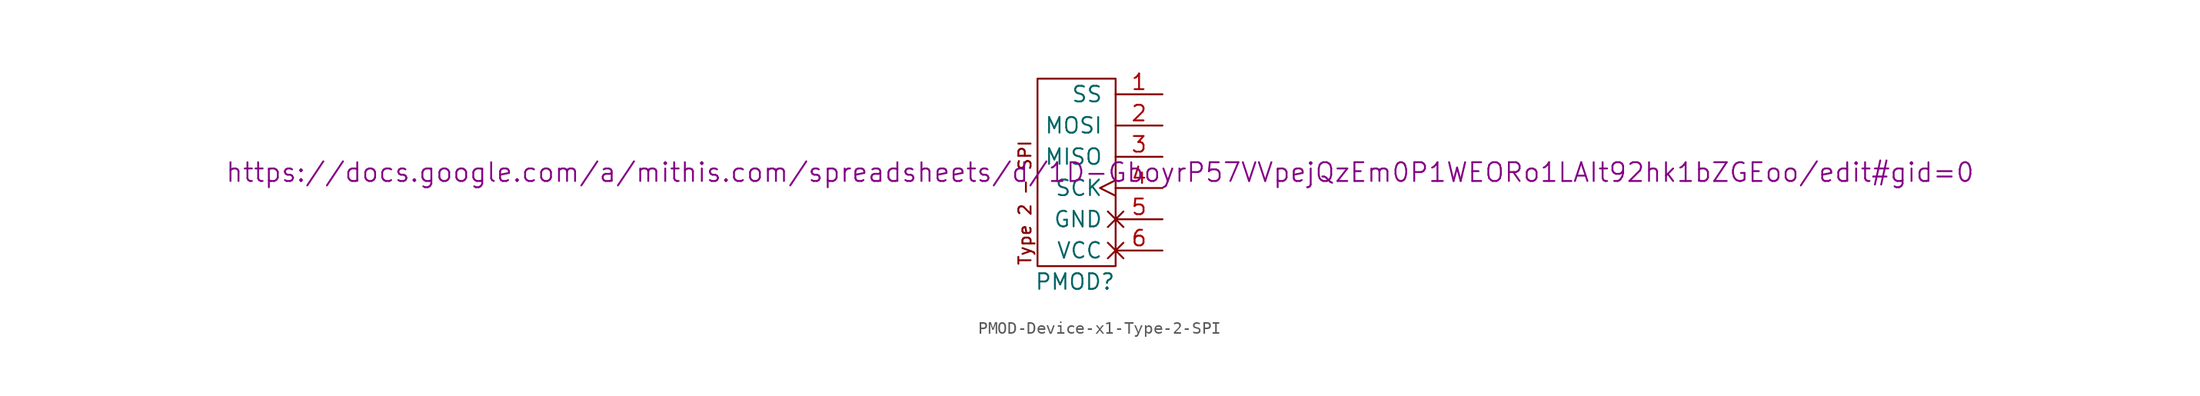
<source format=kicad_sym>
(kicad_symbol_lib
  (version 20211014)
  (generator kicad_symbol_editor)
  (symbol "PMOD-Device-x1-Type-2-SPI"
    (pin_names
      (offset 1.016))
    (property "Reference" "PMOD"
      (at -3.302 -1.27 0)
      (effects (font (size 1.27 1.27))))
    (property "Datasheet" "https://docs.google.com/a/mithis.com/spreadsheets/d/1D-GboyrP57VVpejQzEm0P1WEORo1LAIt92hk1bZGEoo/edit#gid=0"
      (at -1.27 7.62 0)
      (effects (font (size 1.524 1.524))))
    (symbol "PMOD-Device-x1-Type-2-SPI_0_0"
      (text "Type 2 - SPI" (at -7.366 0 900) (effects (font (size 0.991 0.991)) (justify left))))
    (symbol "PMOD-Device-x1-Type-2-SPI_0_1"
      (rectangle (start 0 15.24) (end -6.35 0) (stroke (width 0) (type default) (color 0 0 0 0)) (fill (type none))))
    (symbol "PMOD-Device-x1-Type-2-SPI_1_1"
      (pin output line (at 3.81 13.97 180) (length 3.81) (name "SS" (effects (font (size 1.27 1.27)))) (number "1" (effects (font (size 1.27 1.27)))))
      (pin output line (at 3.81 11.43 180) (length 3.81) (name "MOSI" (effects (font (size 1.27 1.27)))) (number "2" (effects (font (size 1.27 1.27)))))
      (pin input line (at 3.81 8.89 180) (length 3.81) (name "MISO" (effects (font (size 1.27 1.27)))) (number "3" (effects (font (size 1.27 1.27)))))
      (pin output clock (at 3.81 6.35 180) (length 3.81) (name "SCK" (effects (font (size 1.27 1.27)))) (number "4" (effects (font (size 1.27 1.27)))))
      (pin power_out non_logic (at 3.81 3.81 180) (length 3.81) (name "GND" (effects (font (size 1.27 1.27)))) (number "5" (effects (font (size 1.27 1.27)))))
      (pin power_out non_logic (at 3.81 1.27 180) (length 3.81) (name "VCC" (effects (font (size 1.27 1.27)))) (number "6" (effects (font (size 1.27 1.27))))))))
</source>
